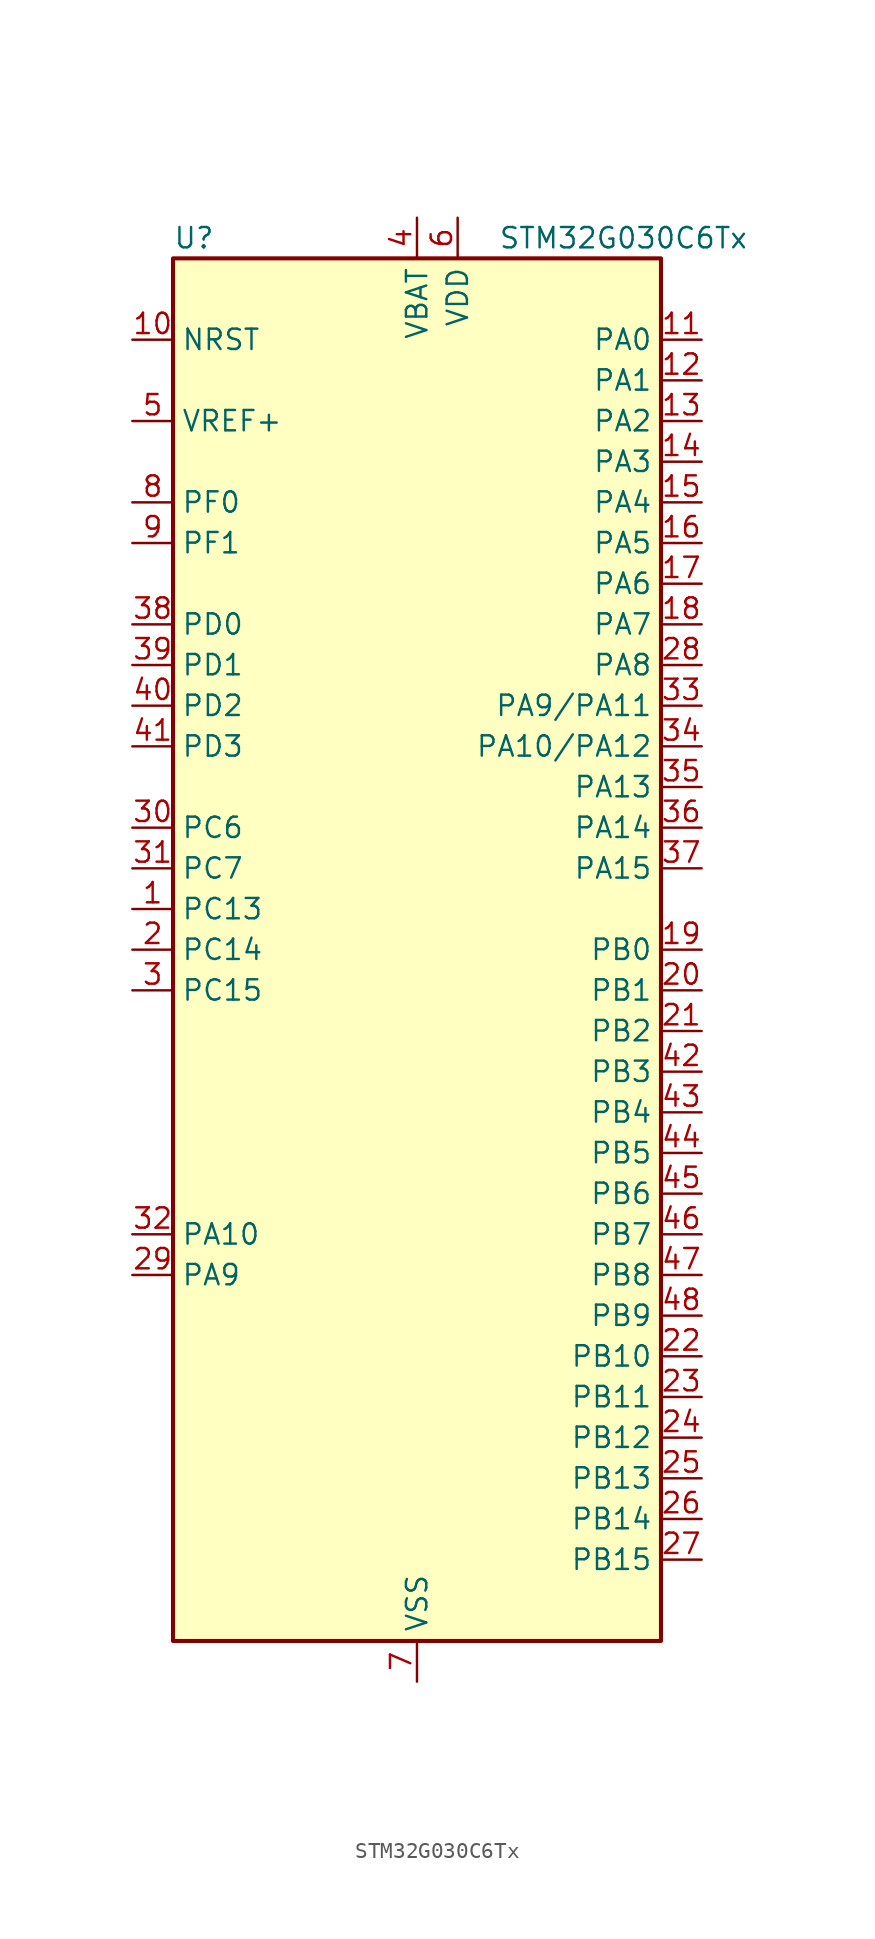
<source format=kicad_sym>
(kicad_symbol_lib
  (version 20241209)
  (generator "kicad_symbol_editor")
  (generator_version "9.0")
  (symbol "STM32G030C6Tx"
    (property "Reference" "U"
      (at -15.24 44.45 0)
      (effects (font (size 1.27 1.27)) (justify left)))
    (property "Value" "STM32G030C6Tx"
      (at 5.08 44.45 0)
      (effects (font (size 1.27 1.27)) (justify left)))
    (symbol "STM32G030C6Tx_0_1"
      (rectangle (start -15.24 -43.18) (end 15.24 43.18) (stroke (width 0.254) (type default)) (fill (type background))))
    (symbol "STM32G030C6Tx_1_1"
      (pin input line (at -17.78 38.1 0) (length 2.54) (name "NRST" (effects (font (size 1.27 1.27)))) (number "10" (effects (font (size 1.27 1.27)))))
      (pin input line (at -17.78 33.02 0) (length 2.54) (name "VREF+" (effects (font (size 1.27 1.27)))) (number "5" (effects (font (size 1.27 1.27)))) (alternate "VREFBUF_OUT" bidirectional line))
      (pin bidirectional line (at -17.78 27.94 0) (length 2.54) (name "PF0" (effects (font (size 1.27 1.27)))) (number "8" (effects (font (size 1.27 1.27)))) (alternate "RCC_OSC_IN" bidirectional line) (alternate "TIM14_CH1" bidirectional line))
      (pin bidirectional line (at -17.78 25.4 0) (length 2.54) (name "PF1" (effects (font (size 1.27 1.27)))) (number "9" (effects (font (size 1.27 1.27)))) (alternate "RCC_OSC_EN" bidirectional line) (alternate "RCC_OSC_OUT" bidirectional line))
      (pin bidirectional line (at -17.78 20.32 0) (length 2.54) (name "PD0" (effects (font (size 1.27 1.27)))) (number "38" (effects (font (size 1.27 1.27)))) (alternate "SPI2_NSS" bidirectional line) (alternate "TIM16_CH1" bidirectional line))
      (pin bidirectional line (at -17.78 17.78 0) (length 2.54) (name "PD1" (effects (font (size 1.27 1.27)))) (number "39" (effects (font (size 1.27 1.27)))) (alternate "SPI2_SCK" bidirectional line) (alternate "TIM17_CH1" bidirectional line))
      (pin bidirectional line (at -17.78 15.24 0) (length 2.54) (name "PD2" (effects (font (size 1.27 1.27)))) (number "40" (effects (font (size 1.27 1.27)))) (alternate "TIM1_CH1N" bidirectional line) (alternate "TIM3_ETR" bidirectional line))
      (pin bidirectional line (at -17.78 12.7 0) (length 2.54) (name "PD3" (effects (font (size 1.27 1.27)))) (number "41" (effects (font (size 1.27 1.27)))) (alternate "SPI2_MISO" bidirectional line) (alternate "TIM1_CH2N" bidirectional line) (alternate "USART2_CTS" bidirectional line) (alternate "USART2_NSS" bidirectional line))
      (pin bidirectional line (at -17.78 7.62 0) (length 2.54) (name "PC6" (effects (font (size 1.27 1.27)))) (number "30" (effects (font (size 1.27 1.27)))) (alternate "TIM3_CH1" bidirectional line))
      (pin bidirectional line (at -17.78 5.08 0) (length 2.54) (name "PC7" (effects (font (size 1.27 1.27)))) (number "31" (effects (font (size 1.27 1.27)))) (alternate "TIM3_CH2" bidirectional line))
      (pin bidirectional line (at -17.78 2.54 0) (length 2.54) (name "PC13" (effects (font (size 1.27 1.27)))) (number "1" (effects (font (size 1.27 1.27)))) (alternate "RTC_OUT_ALARM" bidirectional line) (alternate "RTC_OUT_CALIB" bidirectional line) (alternate "RTC_TAMP_IN1" bidirectional line) (alternate "RTC_TS" bidirectional line) (alternate "SYS_WKUP2" bidirectional line) (alternate "TIM1_BK" bidirectional line))
      (pin bidirectional line (at -17.78 0 0) (length 2.54) (name "PC14" (effects (font (size 1.27 1.27)))) (number "2" (effects (font (size 1.27 1.27)))) (alternate "RCC_OSC32_IN" bidirectional line) (alternate "TIM1_BK2" bidirectional line))
      (pin bidirectional line (at -17.78 -2.54 0) (length 2.54) (name "PC15" (effects (font (size 1.27 1.27)))) (number "3" (effects (font (size 1.27 1.27)))) (alternate "RCC_OSC32_EN" bidirectional line) (alternate "RCC_OSC32_OUT" bidirectional line) (alternate "RCC_OSC_EN" bidirectional line))
      (pin bidirectional line (at -17.78 -17.78 0) (length 2.54) (name "PA10" (effects (font (size 1.27 1.27)))) (number "32" (effects (font (size 1.27 1.27)))) (alternate "I2C1_SDA (PA10)" bidirectional line) (alternate "NC" bidirectional line) (alternate "PA10" bidirectional line) (alternate "SPI2_MOSI (PA10)" bidirectional line) (alternate "TIM17_BK (PA10)" bidirectional line) (alternate "TIM1_CH3 (PA10)" bidirectional line) (alternate "USART1_RX (PA10)" bidirectional line))
      (pin bidirectional line (at -17.78 -20.32 0) (length 2.54) (name "PA9" (effects (font (size 1.27 1.27)))) (number "29" (effects (font (size 1.27 1.27)))) (alternate "I2C1_SCL (PA9)" bidirectional line) (alternate "NC" bidirectional line) (alternate "PA9" bidirectional line) (alternate "RCC_MCO (PA9)" bidirectional line) (alternate "SPI2_MISO (PA9)" bidirectional line) (alternate "TIM1_CH2 (PA9)" bidirectional line) (alternate "USART1_TX (PA9)" bidirectional line))
      (pin power_in line (at 0 45.72 270) (length 2.54) (name "VBAT" (effects (font (size 1.27 1.27)))) (number "4" (effects (font (size 1.27 1.27)))))
      (pin power_in line (at 0 -45.72 90) (length 2.54) (name "VSS" (effects (font (size 1.27 1.27)))) (number "7" (effects (font (size 1.27 1.27)))))
      (pin power_in line (at 2.54 45.72 270) (length 2.54) (name "VDD" (effects (font (size 1.27 1.27)))) (number "6" (effects (font (size 1.27 1.27)))))
      (pin bidirectional line (at 17.78 38.1 180) (length 2.54) (name "PA0" (effects (font (size 1.27 1.27)))) (number "11" (effects (font (size 1.27 1.27)))) (alternate "ADC1_IN0" bidirectional line) (alternate "RTC_TAMP_IN2" bidirectional line) (alternate "SPI2_SCK" bidirectional line) (alternate "SYS_WKUP1" bidirectional line) (alternate "USART2_CTS" bidirectional line) (alternate "USART2_NSS" bidirectional line))
      (pin bidirectional line (at 17.78 35.56 180) (length 2.54) (name "PA1" (effects (font (size 1.27 1.27)))) (number "12" (effects (font (size 1.27 1.27)))) (alternate "ADC1_IN1" bidirectional line) (alternate "I2C1_SMBA" bidirectional line) (alternate "I2S1_CK" bidirectional line) (alternate "SPI1_SCK" bidirectional line) (alternate "USART2_CK" bidirectional line) (alternate "USART2_DE" bidirectional line) (alternate "USART2_RTS" bidirectional line))
      (pin bidirectional line (at 17.78 33.02 180) (length 2.54) (name "PA2" (effects (font (size 1.27 1.27)))) (number "13" (effects (font (size 1.27 1.27)))) (alternate "ADC1_IN2" bidirectional line) (alternate "I2S1_SD" bidirectional line) (alternate "RCC_LSCO" bidirectional line) (alternate "SPI1_MOSI" bidirectional line) (alternate "SYS_WKUP4" bidirectional line) (alternate "USART2_TX" bidirectional line))
      (pin bidirectional line (at 17.78 30.48 180) (length 2.54) (name "PA3" (effects (font (size 1.27 1.27)))) (number "14" (effects (font (size 1.27 1.27)))) (alternate "ADC1_IN3" bidirectional line) (alternate "SPI2_MISO" bidirectional line) (alternate "USART2_RX" bidirectional line))
      (pin bidirectional line (at 17.78 27.94 180) (length 2.54) (name "PA4" (effects (font (size 1.27 1.27)))) (number "15" (effects (font (size 1.27 1.27)))) (alternate "ADC1_IN4" bidirectional line) (alternate "I2S1_WS" bidirectional line) (alternate "RTC_OUT_ALARM" bidirectional line) (alternate "RTC_OUT_CALIB" bidirectional line) (alternate "SPI1_NSS" bidirectional line) (alternate "SPI2_MOSI" bidirectional line) (alternate "TIM14_CH1" bidirectional line))
      (pin bidirectional line (at 17.78 25.4 180) (length 2.54) (name "PA5" (effects (font (size 1.27 1.27)))) (number "16" (effects (font (size 1.27 1.27)))) (alternate "ADC1_IN5" bidirectional line) (alternate "I2S1_CK" bidirectional line) (alternate "SPI1_SCK" bidirectional line))
      (pin bidirectional line (at 17.78 22.86 180) (length 2.54) (name "PA6" (effects (font (size 1.27 1.27)))) (number "17" (effects (font (size 1.27 1.27)))) (alternate "ADC1_IN6" bidirectional line) (alternate "I2S1_MCK" bidirectional line) (alternate "SPI1_MISO" bidirectional line) (alternate "TIM16_CH1" bidirectional line) (alternate "TIM1_BK" bidirectional line) (alternate "TIM3_CH1" bidirectional line))
      (pin bidirectional line (at 17.78 20.32 180) (length 2.54) (name "PA7" (effects (font (size 1.27 1.27)))) (number "18" (effects (font (size 1.27 1.27)))) (alternate "ADC1_IN7" bidirectional line) (alternate "I2S1_SD" bidirectional line) (alternate "SPI1_MOSI" bidirectional line) (alternate "TIM14_CH1" bidirectional line) (alternate "TIM17_CH1" bidirectional line) (alternate "TIM1_CH1N" bidirectional line) (alternate "TIM3_CH2" bidirectional line))
      (pin bidirectional line (at 17.78 17.78 180) (length 2.54) (name "PA8" (effects (font (size 1.27 1.27)))) (number "28" (effects (font (size 1.27 1.27)))) (alternate "RCC_MCO" bidirectional line) (alternate "SPI2_NSS" bidirectional line) (alternate "TIM1_CH1" bidirectional line))
      (pin bidirectional line (at 17.78 15.24 180) (length 2.54) (name "PA9/PA11" (effects (font (size 1.27 1.27)))) (number "33" (effects (font (size 1.27 1.27)))) (alternate "ADC1_EXTI11 (PA11)" bidirectional line) (alternate "I2C1_SCL (PA9)" bidirectional line) (alternate "I2C2_SCL (PA11)" bidirectional line) (alternate "I2S1_MCK (PA11)" bidirectional line) (alternate "PA11" bidirectional line) (alternate "PA9" bidirectional line) (alternate "RCC_MCO (PA9)" bidirectional line) (alternate "SPI1_MISO (PA11)" bidirectional line) (alternate "SPI2_MISO (PA9)" bidirectional line) (alternate "TIM1_BK2 (PA11)" bidirectional line) (alternate "TIM1_CH2 (PA9)" bidirectional line) (alternate "TIM1_CH4 (PA11)" bidirectional line) (alternate "USART1_CTS (PA11)" bidirectional line) (alternate "USART1_NSS (PA11)" bidirectional line) (alternate "USART1_TX (PA9)" bidirectional line))
      (pin bidirectional line (at 17.78 12.7 180) (length 2.54) (name "PA10/PA12" (effects (font (size 1.27 1.27)))) (number "34" (effects (font (size 1.27 1.27)))) (alternate "I2C1_SDA (PA10)" bidirectional line) (alternate "I2C2_SDA (PA12)" bidirectional line) (alternate "I2S1_SD (PA12)" bidirectional line) (alternate "I2S_CKIN (PA12)" bidirectional line) (alternate "PA10" bidirectional line) (alternate "PA12" bidirectional line) (alternate "SPI1_MOSI (PA12)" bidirectional line) (alternate "SPI2_MOSI (PA10)" bidirectional line) (alternate "TIM17_BK (PA10)" bidirectional line) (alternate "TIM1_CH3 (PA10)" bidirectional line) (alternate "TIM1_ETR (PA12)" bidirectional line) (alternate "USART1_CK (PA12)" bidirectional line) (alternate "USART1_DE (PA12)" bidirectional line) (alternate "USART1_RTS (PA12)" bidirectional line) (alternate "USART1_RX (PA10)" bidirectional line))
      (pin bidirectional line (at 17.78 10.16 180) (length 2.54) (name "PA13" (effects (font (size 1.27 1.27)))) (number "35" (effects (font (size 1.27 1.27)))) (alternate "ADC1_IN17" bidirectional line) (alternate "IR_OUT" bidirectional line) (alternate "SYS_SWDIO" bidirectional line))
      (pin bidirectional line (at 17.78 7.62 180) (length 2.54) (name "PA14" (effects (font (size 1.27 1.27)))) (number "36" (effects (font (size 1.27 1.27)))) (alternate "ADC1_IN18" bidirectional line) (alternate "SYS_SWCLK" bidirectional line) (alternate "USART2_TX" bidirectional line))
      (pin bidirectional line (at 17.78 5.08 180) (length 2.54) (name "PA15" (effects (font (size 1.27 1.27)))) (number "37" (effects (font (size 1.27 1.27)))) (alternate "I2S1_WS" bidirectional line) (alternate "SPI1_NSS" bidirectional line) (alternate "USART2_RX" bidirectional line))
      (pin bidirectional line (at 17.78 0 180) (length 2.54) (name "PB0" (effects (font (size 1.27 1.27)))) (number "19" (effects (font (size 1.27 1.27)))) (alternate "ADC1_IN8" bidirectional line) (alternate "I2S1_WS" bidirectional line) (alternate "SPI1_NSS" bidirectional line) (alternate "TIM1_CH2N" bidirectional line) (alternate "TIM3_CH3" bidirectional line))
      (pin bidirectional line (at 17.78 -2.54 180) (length 2.54) (name "PB1" (effects (font (size 1.27 1.27)))) (number "20" (effects (font (size 1.27 1.27)))) (alternate "ADC1_IN9" bidirectional line) (alternate "TIM14_CH1" bidirectional line) (alternate "TIM1_CH3N" bidirectional line) (alternate "TIM3_CH4" bidirectional line))
      (pin bidirectional line (at 17.78 -5.08 180) (length 2.54) (name "PB2" (effects (font (size 1.27 1.27)))) (number "21" (effects (font (size 1.27 1.27)))) (alternate "ADC1_IN10" bidirectional line) (alternate "SPI2_MISO" bidirectional line))
      (pin bidirectional line (at 17.78 -7.62 180) (length 2.54) (name "PB3" (effects (font (size 1.27 1.27)))) (number "42" (effects (font (size 1.27 1.27)))) (alternate "I2S1_CK" bidirectional line) (alternate "SPI1_SCK" bidirectional line) (alternate "TIM1_CH2" bidirectional line) (alternate "USART1_CK" bidirectional line) (alternate "USART1_DE" bidirectional line) (alternate "USART1_RTS" bidirectional line))
      (pin bidirectional line (at 17.78 -10.16 180) (length 2.54) (name "PB4" (effects (font (size 1.27 1.27)))) (number "43" (effects (font (size 1.27 1.27)))) (alternate "I2S1_MCK" bidirectional line) (alternate "SPI1_MISO" bidirectional line) (alternate "TIM17_BK" bidirectional line) (alternate "TIM3_CH1" bidirectional line) (alternate "USART1_CTS" bidirectional line) (alternate "USART1_NSS" bidirectional line))
      (pin bidirectional line (at 17.78 -12.7 180) (length 2.54) (name "PB5" (effects (font (size 1.27 1.27)))) (number "44" (effects (font (size 1.27 1.27)))) (alternate "I2C1_SMBA" bidirectional line) (alternate "I2S1_SD" bidirectional line) (alternate "SPI1_MOSI" bidirectional line) (alternate "SYS_WKUP6" bidirectional line) (alternate "TIM16_BK" bidirectional line) (alternate "TIM3_CH2" bidirectional line))
      (pin bidirectional line (at 17.78 -15.24 180) (length 2.54) (name "PB6" (effects (font (size 1.27 1.27)))) (number "45" (effects (font (size 1.27 1.27)))) (alternate "I2C1_SCL" bidirectional line) (alternate "SPI2_MISO" bidirectional line) (alternate "TIM16_CH1N" bidirectional line) (alternate "TIM1_CH3" bidirectional line) (alternate "USART1_TX" bidirectional line))
      (pin bidirectional line (at 17.78 -17.78 180) (length 2.54) (name "PB7" (effects (font (size 1.27 1.27)))) (number "46" (effects (font (size 1.27 1.27)))) (alternate "I2C1_SDA" bidirectional line) (alternate "SPI2_MOSI" bidirectional line) (alternate "SYS_PVD_IN" bidirectional line) (alternate "TIM17_CH1N" bidirectional line) (alternate "USART1_RX" bidirectional line))
      (pin bidirectional line (at 17.78 -20.32 180) (length 2.54) (name "PB8" (effects (font (size 1.27 1.27)))) (number "47" (effects (font (size 1.27 1.27)))) (alternate "I2C1_SCL" bidirectional line) (alternate "SPI2_SCK" bidirectional line) (alternate "TIM16_CH1" bidirectional line))
      (pin bidirectional line (at 17.78 -22.86 180) (length 2.54) (name "PB9" (effects (font (size 1.27 1.27)))) (number "48" (effects (font (size 1.27 1.27)))) (alternate "I2C1_SDA" bidirectional line) (alternate "IR_OUT" bidirectional line) (alternate "SPI2_NSS" bidirectional line) (alternate "TIM17_CH1" bidirectional line))
      (pin bidirectional line (at 17.78 -25.4 180) (length 2.54) (name "PB10" (effects (font (size 1.27 1.27)))) (number "22" (effects (font (size 1.27 1.27)))) (alternate "ADC1_IN11" bidirectional line) (alternate "I2C2_SCL" bidirectional line) (alternate "SPI2_SCK" bidirectional line))
      (pin bidirectional line (at 17.78 -27.94 180) (length 2.54) (name "PB11" (effects (font (size 1.27 1.27)))) (number "23" (effects (font (size 1.27 1.27)))) (alternate "ADC1_EXTI11" bidirectional line) (alternate "ADC1_IN15" bidirectional line) (alternate "I2C2_SDA" bidirectional line) (alternate "SPI2_MOSI" bidirectional line))
      (pin bidirectional line (at 17.78 -30.48 180) (length 2.54) (name "PB12" (effects (font (size 1.27 1.27)))) (number "24" (effects (font (size 1.27 1.27)))) (alternate "ADC1_IN16" bidirectional line) (alternate "SPI2_NSS" bidirectional line) (alternate "TIM1_BK" bidirectional line))
      (pin bidirectional line (at 17.78 -33.02 180) (length 2.54) (name "PB13" (effects (font (size 1.27 1.27)))) (number "25" (effects (font (size 1.27 1.27)))) (alternate "I2C2_SCL" bidirectional line) (alternate "SPI2_SCK" bidirectional line) (alternate "TIM1_CH1N" bidirectional line))
      (pin bidirectional line (at 17.78 -35.56 180) (length 2.54) (name "PB14" (effects (font (size 1.27 1.27)))) (number "26" (effects (font (size 1.27 1.27)))) (alternate "I2C2_SDA" bidirectional line) (alternate "SPI2_MISO" bidirectional line) (alternate "TIM1_CH2N" bidirectional line))
      (pin bidirectional line (at 17.78 -38.1 180) (length 2.54) (name "PB15" (effects (font (size 1.27 1.27)))) (number "27" (effects (font (size 1.27 1.27)))) (alternate "RTC_REFIN" bidirectional line) (alternate "SPI2_MOSI" bidirectional line) (alternate "TIM1_CH3N" bidirectional line)))))
</source>
